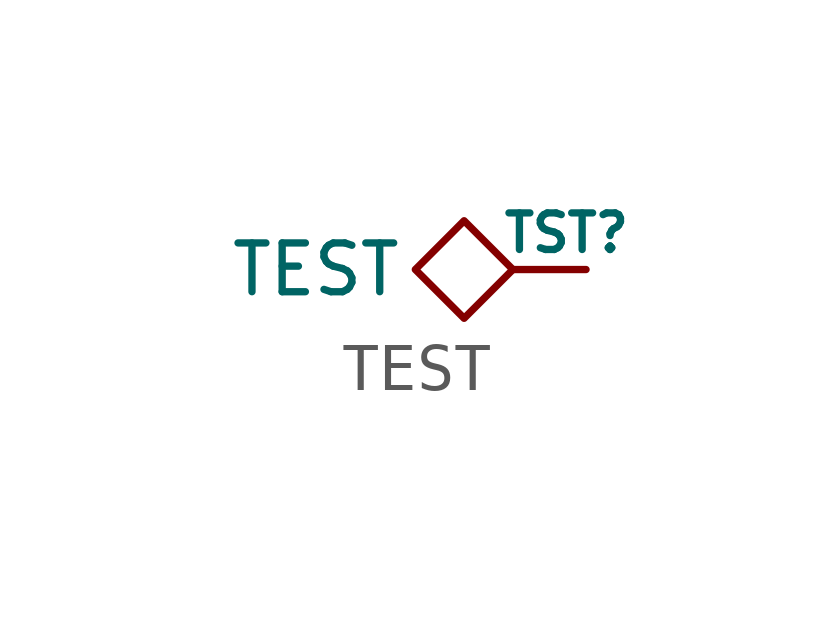
<source format=kicad_sym>
(kicad_symbol_lib
  (version 20211014)
  (generator kicad_symbol_editor)
  (symbol "TEST"
    (pin_numbers hide)
    (pin_names
      (offset 1.016))
    (property "Reference" "TST"
      (at -0.508 0.762 0)
      (effects (font (size 0.762 0.762)) (justify left)))
    (property "Value" "TEST"
      (at -2.54 0 0)
      (effects (font (size 1.016 1.016)) (justify right)))
    (symbol "TEST_0_1"
      (polyline (pts (xy -1.27 1.016) (xy -2.286 0) (xy -1.27 -1.016) (xy -0.254 0) (xy -1.27 1.016)) (stroke (width 0) (type default) (color 0 0 0 0)) (fill (type none))))
    (symbol "TEST_1_1"
      (pin passive line (at 1.27 0 180) (length 1.524) (name "~" (effects (font (size 0.762 0.762)))) (number "1" (effects (font (size 0.762 0.762))))))))
</source>
